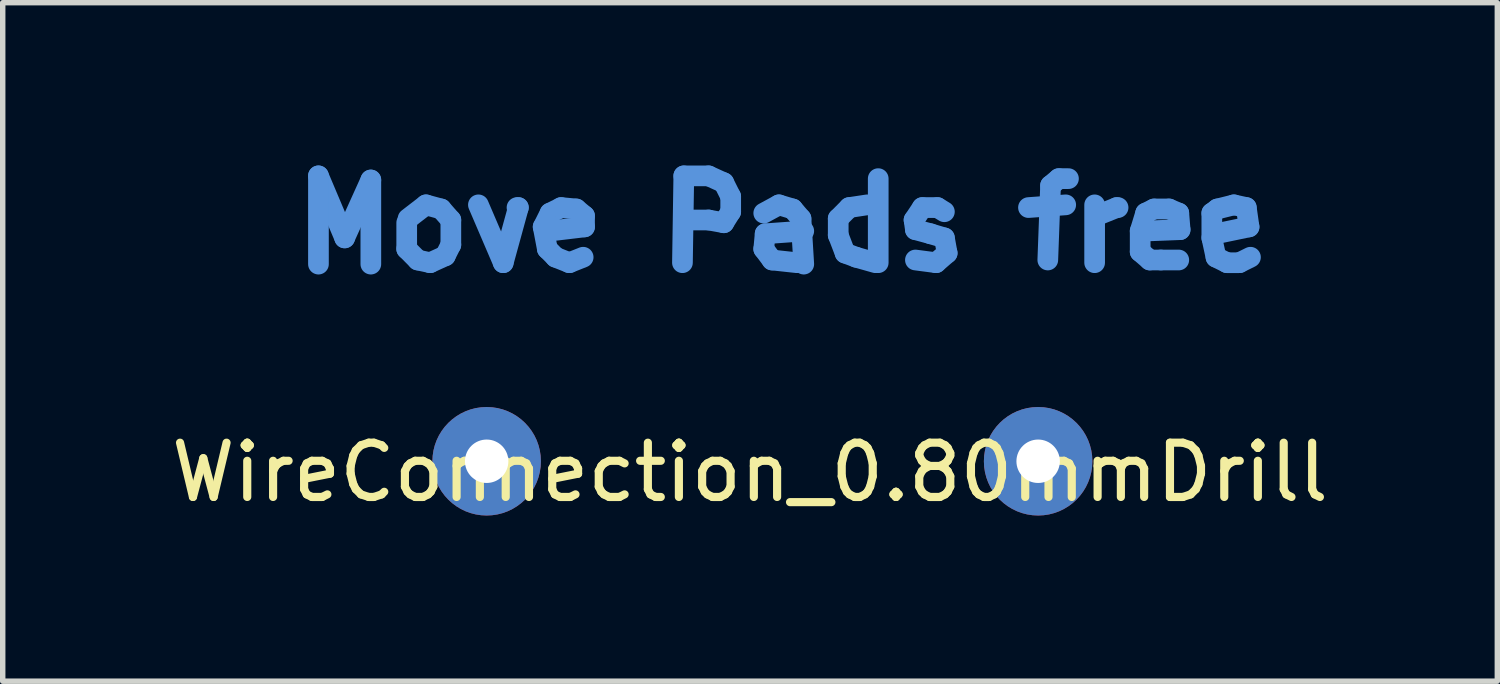
<source format=kicad_pcb>
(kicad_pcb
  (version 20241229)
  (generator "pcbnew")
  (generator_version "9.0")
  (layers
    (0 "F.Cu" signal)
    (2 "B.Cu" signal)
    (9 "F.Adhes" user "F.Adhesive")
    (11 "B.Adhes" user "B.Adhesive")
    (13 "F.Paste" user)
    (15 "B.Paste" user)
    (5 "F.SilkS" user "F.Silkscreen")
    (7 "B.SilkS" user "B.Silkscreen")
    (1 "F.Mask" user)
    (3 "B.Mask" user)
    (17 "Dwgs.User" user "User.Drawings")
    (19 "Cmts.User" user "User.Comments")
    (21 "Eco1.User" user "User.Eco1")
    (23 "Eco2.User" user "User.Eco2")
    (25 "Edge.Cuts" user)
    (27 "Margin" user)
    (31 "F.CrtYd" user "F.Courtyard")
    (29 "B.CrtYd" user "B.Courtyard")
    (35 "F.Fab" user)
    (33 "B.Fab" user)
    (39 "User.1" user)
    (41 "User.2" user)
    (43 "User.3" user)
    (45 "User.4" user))
  (footprint "WireConnection_0.80mmDrill"
    (layer "F.Cu")
    (at 5.916 5.448)
    (property "Reference" "WireConnection_0.80mmDrill" (at 4.851 0.203 0) (layer "F.SilkS") (effects (font (size 1 1) (thickness 0.15))))
    (attr through_hole)
    (fp_line (start -3.099 -5.258) (end -2.616 -4.115) (stroke (width 0.381) (type solid)) (layer "Cmts.User"))
    (fp_line (start -3.099 -3.632) (end -3.099 -5.258) (stroke (width 0.381) (type solid)) (layer "Cmts.User"))
    (fp_line (start -2.616 -4.115) (end -2.134 -5.182) (stroke (width 0.381) (type solid)) (layer "Cmts.User"))
    (fp_line (start -2.134 -5.182) (end -2.134 -3.632) (stroke (width 0.381) (type solid)) (layer "Cmts.User"))
    (fp_line (start -1.473 -4.394) (end -1.473 -3.912) (stroke (width 0.381) (type solid)) (layer "Cmts.User"))
    (fp_line (start -1.473 -3.912) (end -1.27 -3.708) (stroke (width 0.381) (type solid)) (layer "Cmts.User"))
    (fp_line (start -1.27 -3.708) (end -1.041 -3.658) (stroke (width 0.381) (type solid)) (layer "Cmts.User"))
    (fp_line (start -1.118 -4.724) (end -1.448 -4.47) (stroke (width 0.381) (type solid)) (layer "Cmts.User"))
    (fp_line (start -1.041 -3.658) (end -0.762 -3.785) (stroke (width 0.381) (type solid)) (layer "Cmts.User"))
    (fp_line (start -0.838 -4.648) (end -1.118 -4.724) (stroke (width 0.381) (type solid)) (layer "Cmts.User"))
    (fp_line (start -0.762 -3.785) (end -0.66 -3.988) (stroke (width 0.381) (type solid)) (layer "Cmts.User"))
    (fp_line (start -0.66 -4.445) (end -0.838 -4.648) (stroke (width 0.381) (type solid)) (layer "Cmts.User"))
    (fp_line (start -0.66 -3.988) (end -0.66 -4.445) (stroke (width 0.381) (type solid)) (layer "Cmts.User"))
    (fp_line (start -0.152 -4.724) (end 0.305 -3.658) (stroke (width 0.381) (type solid)) (layer "Cmts.User"))
    (fp_line (start 0.305 -3.658) (end 0.584 -4.674) (stroke (width 0.381) (type solid)) (layer "Cmts.User"))
    (fp_line (start 0.584 -4.674) (end 0.559 -4.674) (stroke (width 0.381) (type solid)) (layer "Cmts.User"))
    (fp_line (start 1.041 -4.318) (end 1.168 -4.572) (stroke (width 0.381) (type solid)) (layer "Cmts.User"))
    (fp_line (start 1.118 -3.912) (end 1.041 -4.318) (stroke (width 0.381) (type solid)) (layer "Cmts.User"))
    (fp_line (start 1.168 -4.572) (end 1.372 -4.674) (stroke (width 0.381) (type solid)) (layer "Cmts.User"))
    (fp_line (start 1.27 -3.759) (end 1.118 -3.912) (stroke (width 0.381) (type solid)) (layer "Cmts.User"))
    (fp_line (start 1.372 -4.674) (end 1.651 -4.648) (stroke (width 0.381) (type solid)) (layer "Cmts.User"))
    (fp_line (start 1.524 -3.658) (end 1.27 -3.759) (stroke (width 0.381) (type solid)) (layer "Cmts.User"))
    (fp_line (start 1.651 -4.648) (end 1.803 -4.521) (stroke (width 0.381) (type solid)) (layer "Cmts.User"))
    (fp_line (start 1.778 -3.759) (end 1.524 -3.658) (stroke (width 0.381) (type solid)) (layer "Cmts.User"))
    (fp_line (start 1.803 -4.521) (end 1.803 -4.318) (stroke (width 0.381) (type solid)) (layer "Cmts.User"))
    (fp_line (start 1.803 -4.318) (end 1.168 -4.242) (stroke (width 0.381) (type solid)) (layer "Cmts.User"))
    (fp_line (start 3.607 -3.658) (end 3.632 -5.258) (stroke (width 0.381) (type solid)) (layer "Cmts.User"))
    (fp_line (start 3.632 -5.258) (end 4.089 -5.258) (stroke (width 0.381) (type solid)) (layer "Cmts.User"))
    (fp_line (start 4.089 -5.258) (end 4.369 -5.131) (stroke (width 0.381) (type solid)) (layer "Cmts.User"))
    (fp_line (start 4.089 -4.445) (end 3.632 -4.445) (stroke (width 0.381) (type solid)) (layer "Cmts.User"))
    (fp_line (start 4.369 -5.131) (end 4.496 -4.877) (stroke (width 0.381) (type solid)) (layer "Cmts.User"))
    (fp_line (start 4.369 -4.394) (end 4.089 -4.445) (stroke (width 0.381) (type solid)) (layer "Cmts.User"))
    (fp_line (start 4.496 -4.877) (end 4.496 -4.597) (stroke (width 0.381) (type solid)) (layer "Cmts.User"))
    (fp_line (start 4.496 -4.597) (end 4.369 -4.394) (stroke (width 0.381) (type solid)) (layer "Cmts.User"))
    (fp_line (start 5.105 -4.572) (end 5.385 -4.724) (stroke (width 0.381) (type solid)) (layer "Cmts.User"))
    (fp_line (start 5.105 -3.912) (end 5.131 -4.191) (stroke (width 0.381) (type solid)) (layer "Cmts.User"))
    (fp_line (start 5.131 -4.191) (end 5.842 -4.242) (stroke (width 0.381) (type solid)) (layer "Cmts.User"))
    (fp_line (start 5.258 -3.708) (end 5.105 -3.912) (stroke (width 0.381) (type solid)) (layer "Cmts.User"))
    (fp_line (start 5.385 -4.724) (end 5.639 -4.648) (stroke (width 0.381) (type solid)) (layer "Cmts.User"))
    (fp_line (start 5.639 -4.648) (end 5.791 -4.47) (stroke (width 0.381) (type solid)) (layer "Cmts.User"))
    (fp_line (start 5.715 -3.658) (end 5.258 -3.708) (stroke (width 0.381) (type solid)) (layer "Cmts.User"))
    (fp_line (start 5.791 -4.47) (end 5.842 -3.632) (stroke (width 0.381) (type solid)) (layer "Cmts.User"))
    (fp_line (start 6.477 -4.47) (end 6.68 -4.674) (stroke (width 0.381) (type solid)) (layer "Cmts.User"))
    (fp_line (start 6.477 -4.166) (end 6.477 -4.47) (stroke (width 0.381) (type solid)) (layer "Cmts.User"))
    (fp_line (start 6.604 -3.835) (end 6.477 -4.166) (stroke (width 0.381) (type solid)) (layer "Cmts.User"))
    (fp_line (start 6.68 -4.674) (end 7.01 -4.724) (stroke (width 0.381) (type solid)) (layer "Cmts.User"))
    (fp_line (start 6.807 -3.759) (end 6.604 -3.835) (stroke (width 0.381) (type solid)) (layer "Cmts.User"))
    (fp_line (start 7.163 -3.658) (end 6.807 -3.759) (stroke (width 0.381) (type solid)) (layer "Cmts.User"))
    (fp_line (start 7.214 -5.207) (end 7.214 -3.658) (stroke (width 0.381) (type solid)) (layer "Cmts.User"))
    (fp_line (start 7.874 -4.445) (end 7.899 -4.267) (stroke (width 0.381) (type solid)) (layer "Cmts.User"))
    (fp_line (start 7.899 -4.267) (end 8.179 -4.191) (stroke (width 0.381) (type solid)) (layer "Cmts.User"))
    (fp_line (start 8.026 -4.674) (end 7.874 -4.445) (stroke (width 0.381) (type solid)) (layer "Cmts.User"))
    (fp_line (start 8.179 -4.191) (end 8.433 -4.115) (stroke (width 0.381) (type solid)) (layer "Cmts.User"))
    (fp_line (start 8.28 -3.658) (end 7.899 -3.708) (stroke (width 0.381) (type solid)) (layer "Cmts.User"))
    (fp_line (start 8.306 -4.674) (end 8.026 -4.674) (stroke (width 0.381) (type solid)) (layer "Cmts.User"))
    (fp_line (start 8.433 -4.597) (end 8.306 -4.674) (stroke (width 0.381) (type solid)) (layer "Cmts.User"))
    (fp_line (start 8.433 -4.115) (end 8.484 -3.835) (stroke (width 0.381) (type solid)) (layer "Cmts.User"))
    (fp_line (start 8.484 -3.835) (end 8.28 -3.658) (stroke (width 0.381) (type solid)) (layer "Cmts.User"))
    (fp_line (start 9.982 -4.674) (end 10.668 -4.724) (stroke (width 0.381) (type solid)) (layer "Cmts.User"))
    (fp_line (start 10.389 -5.08) (end 10.338 -3.708) (stroke (width 0.381) (type solid)) (layer "Cmts.User"))
    (fp_line (start 10.541 -5.207) (end 10.389 -5.08) (stroke (width 0.381) (type solid)) (layer "Cmts.User"))
    (fp_line (start 10.719 -5.207) (end 10.541 -5.207) (stroke (width 0.381) (type solid)) (layer "Cmts.User"))
    (fp_line (start 11.201 -4.724) (end 11.201 -3.658) (stroke (width 0.381) (type solid)) (layer "Cmts.User"))
    (fp_line (start 11.227 -4.521) (end 11.608 -4.674) (stroke (width 0.381) (type solid)) (layer "Cmts.User"))
    (fp_line (start 11.608 -4.674) (end 11.633 -4.674) (stroke (width 0.381) (type solid)) (layer "Cmts.User"))
    (fp_line (start 12.04 -4.242) (end 12.141 -4.572) (stroke (width 0.381) (type solid)) (layer "Cmts.User"))
    (fp_line (start 12.04 -3.861) (end 12.04 -4.242) (stroke (width 0.381) (type solid)) (layer "Cmts.User"))
    (fp_line (start 12.141 -4.572) (end 12.294 -4.648) (stroke (width 0.381) (type solid)) (layer "Cmts.User"))
    (fp_line (start 12.217 -3.708) (end 12.04 -3.861) (stroke (width 0.381) (type solid)) (layer "Cmts.User"))
    (fp_line (start 12.294 -4.648) (end 12.573 -4.648) (stroke (width 0.381) (type solid)) (layer "Cmts.User"))
    (fp_line (start 12.421 -3.708) (end 12.217 -3.708) (stroke (width 0.381) (type solid)) (layer "Cmts.User"))
    (fp_line (start 12.573 -4.648) (end 12.751 -4.572) (stroke (width 0.381) (type solid)) (layer "Cmts.User"))
    (fp_line (start 12.751 -4.572) (end 12.776 -4.267) (stroke (width 0.381) (type solid)) (layer "Cmts.User"))
    (fp_line (start 12.751 -3.708) (end 12.421 -3.708) (stroke (width 0.381) (type solid)) (layer "Cmts.User"))
    (fp_line (start 12.776 -4.267) (end 12.141 -4.242) (stroke (width 0.381) (type solid)) (layer "Cmts.User"))
    (fp_line (start 13.36 -4.572) (end 13.462 -4.648) (stroke (width 0.381) (type solid)) (layer "Cmts.User"))
    (fp_line (start 13.36 -4.115) (end 13.36 -4.572) (stroke (width 0.381) (type solid)) (layer "Cmts.User"))
    (fp_line (start 13.437 -4.191) (end 13.437 -4.242) (stroke (width 0.381) (type solid)) (layer "Cmts.User"))
    (fp_line (start 13.437 -3.759) (end 13.36 -4.115) (stroke (width 0.381) (type solid)) (layer "Cmts.User"))
    (fp_line (start 13.462 -4.648) (end 13.767 -4.724) (stroke (width 0.381) (type solid)) (layer "Cmts.User"))
    (fp_line (start 13.64 -3.658) (end 13.437 -3.759) (stroke (width 0.381) (type solid)) (layer "Cmts.User"))
    (fp_line (start 13.767 -4.724) (end 13.995 -4.674) (stroke (width 0.381) (type solid)) (layer "Cmts.User"))
    (fp_line (start 13.868 -3.658) (end 13.64 -3.658) (stroke (width 0.381) (type solid)) (layer "Cmts.User"))
    (fp_line (start 13.995 -4.674) (end 14.046 -4.318) (stroke (width 0.381) (type solid)) (layer "Cmts.User"))
    (fp_line (start 14.046 -4.318) (end 13.437 -4.191) (stroke (width 0.381) (type solid)) (layer "Cmts.User"))
    (fp_line (start 14.072 -3.759) (end 13.868 -3.658) (stroke (width 0.381) (type solid)) (layer "Cmts.User"))
    (pad "1" thru_hole circle (at 0 0) (size 1.999 1.999) (drill 0.8) (layers "*.Cu" "*.Mask"))
    (pad "2" thru_hole circle (at 10.16 0) (size 1.999 1.999) (drill 0.8) (layers "*.Cu" "*.Mask")))
  (gr_rect
    (start -3 -3)
    (end 24.536 9.5)
    (stroke (width 0.1) (type default))
    (fill no)
    (layer "Edge.Cuts")))
</source>
